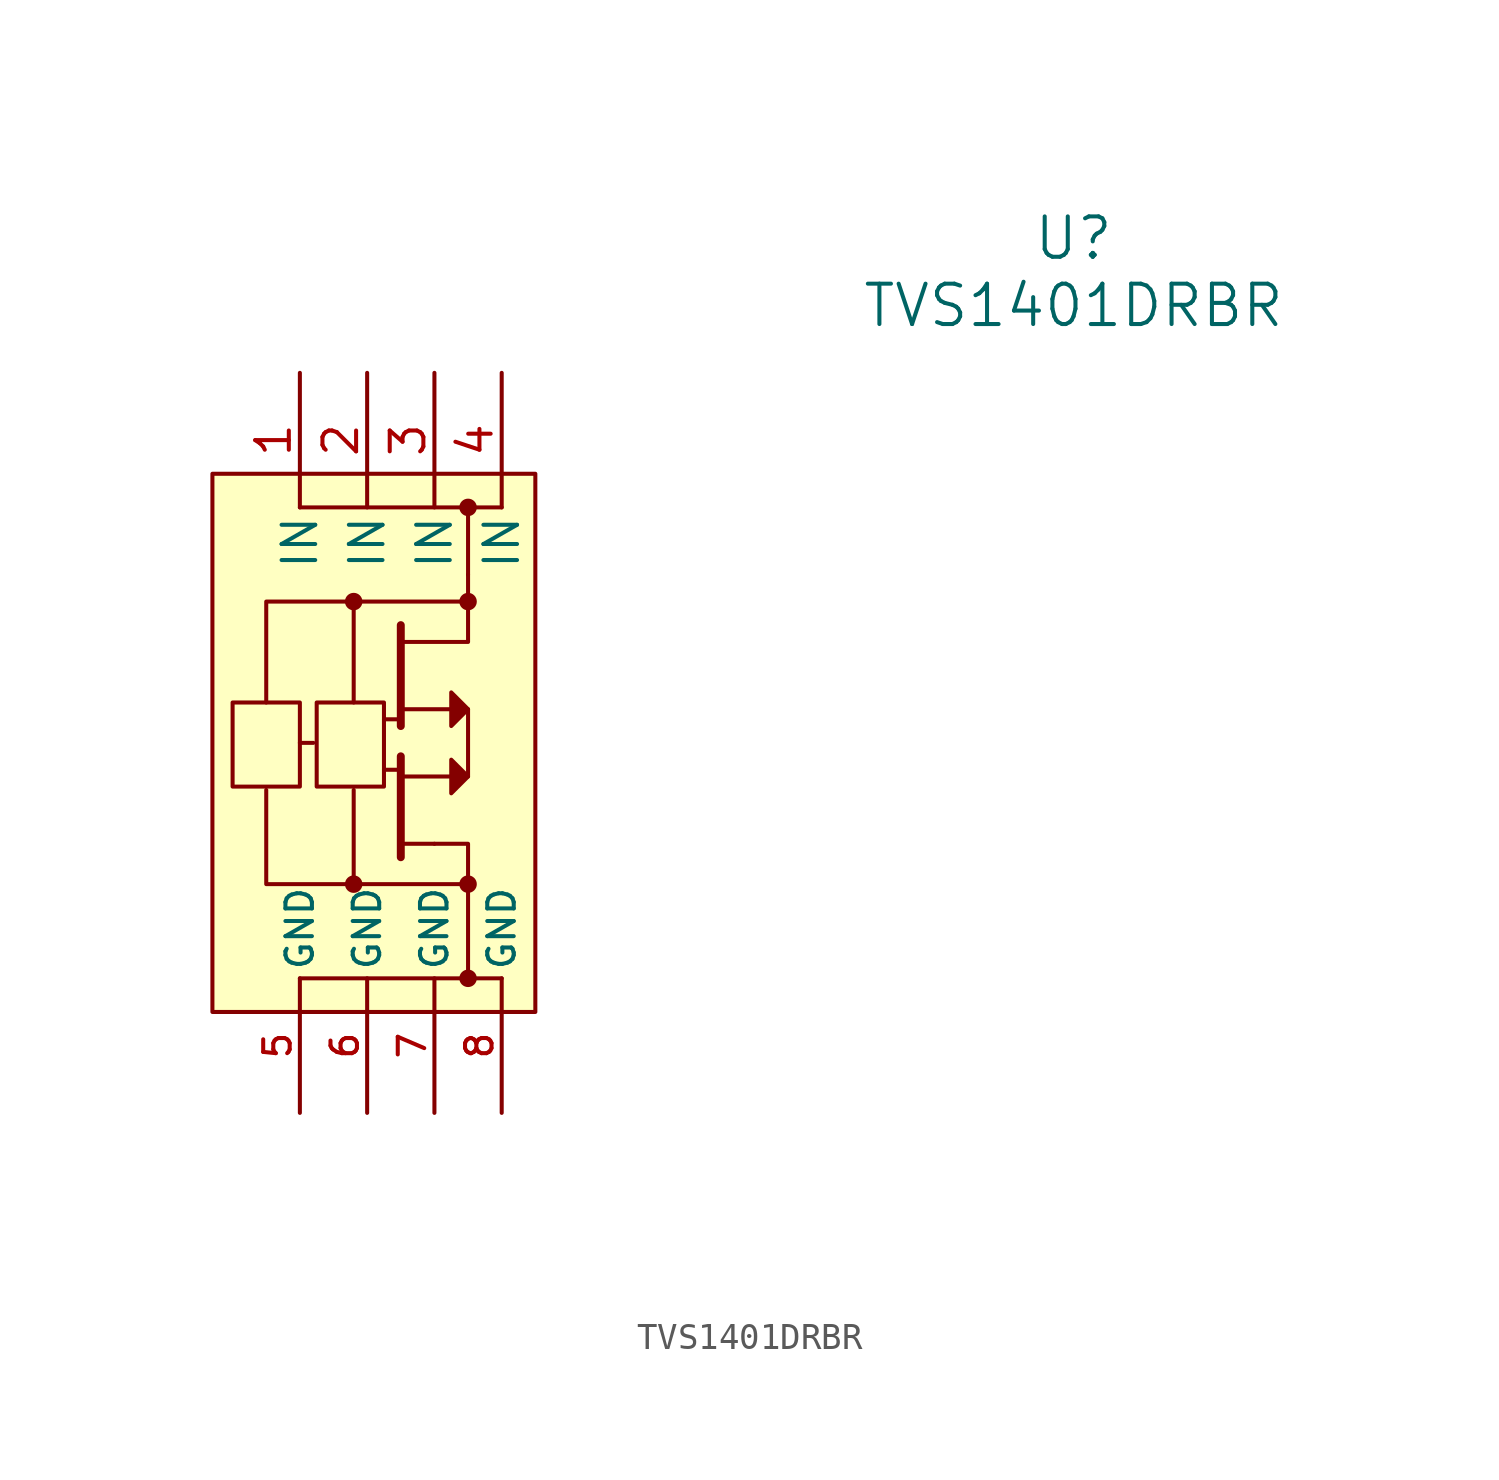
<source format=kicad_sym>
(kicad_symbol_lib
  (version 20231120)
  (generator "kicad_symbol_editor")
  (generator_version "8.0")
  (symbol "TVS1401DRBR"
    (pin_names
      (offset 0.254))
    (property "Reference" "U"
      (at 25.4 10.16 0)
      (effects (font (size 1.524 1.524))))
    (property "Value" "TVS1401DRBR"
      (at 25.4 7.62 0)
      (effects (font (size 1.524 1.524))))
    (symbol "TVS1401DRBR_0_1"
      (polyline (pts (xy 1.27 -12.7) (xy 0 -12.7)) (stroke (width 0) (type default)) (fill (type none)))
      (polyline (pts (xy 2.54 -2.54) (xy 2.54 0)) (stroke (width 0) (type default)) (fill (type none)))
      (polyline (pts (xy 2.54 0) (xy 2.54 0)) (stroke (width 0) (type default)) (fill (type none)))
      (polyline (pts (xy 0 -5.08) (xy 2.54 -5.08) (xy 2.54 -2.54)) (stroke (width 0) (type default)) (fill (type none)))
      (polyline (pts (xy 0 -10.16) (xy 2.54 -10.16) (xy 2.54 -7.62) (xy 0 -7.62)) (stroke (width 0) (type default)) (fill (type none)))
      (polyline (pts (xy 2.54 -17.78) (xy 2.54 -13.97) (xy 2.54 -12.7) (xy 1.27 -12.7)) (stroke (width 0) (type default)) (fill (type none))))
    (symbol "TVS1401DRBR_1_1"
      (rectangle (start -7.112 1.27) (end 5.08 -19.05) (stroke (width 0) (type default)) (fill (type background)))
      (rectangle (start -6.35 -7.366) (end -3.81 -10.541) (stroke (width 0) (type default)) (fill (type none)))
      (rectangle (start -3.175 -7.366) (end -0.635 -10.541) (stroke (width 0) (type default)) (fill (type none)))
      (circle (center -1.778 -14.224) (radius 0.254) (stroke (width 0) (type default)) (fill (type outline)))
      (circle (center -1.778 -3.556) (radius 0.254) (stroke (width 0) (type default)) (fill (type outline)))
      (polyline (pts (xy -3.302 -8.89) (xy -3.81 -8.89)) (stroke (width 0) (type default)) (fill (type none)))
      (polyline (pts (xy -1.778 -10.668) (xy -1.778 -14.224)) (stroke (width 0) (type default)) (fill (type none)))
      (polyline (pts (xy -1.778 -3.556) (xy -1.778 -7.366)) (stroke (width 0) (type default)) (fill (type none)))
      (polyline (pts (xy -0.635 -9.906) (xy 0 -9.906)) (stroke (width 0) (type default)) (fill (type none)))
      (polyline (pts (xy -0.635 -8.001) (xy 0 -8.001)) (stroke (width 0) (type default)) (fill (type none)))
      (polyline (pts (xy 0 -9.398) (xy 0 -13.208)) (stroke (width 0.3) (type default)) (fill (type none)))
      (polyline (pts (xy 0 -4.445) (xy 0 -8.255)) (stroke (width 0.3) (type default)) (fill (type none)))
      (polyline (pts (xy 3.81 -17.78) (xy -3.81 -17.78)) (stroke (width 0) (type default)) (fill (type none)))
      (polyline (pts (xy 3.81 0) (xy -3.81 0)) (stroke (width 0) (type default)) (fill (type none)))
      (polyline (pts (xy -5.08 -10.668) (xy -5.08 -14.224) (xy 2.54 -14.224)) (stroke (width 0) (type default)) (fill (type none)))
      (polyline (pts (xy 2.54 -3.556) (xy -5.08 -3.556) (xy -5.08 -7.366)) (stroke (width 0) (type default)) (fill (type none)))
      (polyline (pts (xy 2.54 -10.16) (xy 1.905 -9.525) (xy 1.905 -10.795) (xy 2.54 -10.16)) (stroke (width 0) (type default)) (fill (type outline)))
      (polyline (pts (xy 2.54 -7.62) (xy 1.905 -6.985) (xy 1.905 -8.255) (xy 2.54 -7.62)) (stroke (width 0) (type default)) (fill (type outline)))
      (circle (center 2.54 -17.78) (radius 0.254) (stroke (width 0) (type default)) (fill (type outline)))
      (circle (center 2.54 -14.224) (radius 0.254) (stroke (width 0) (type default)) (fill (type outline)))
      (circle (center 2.54 -3.556) (radius 0.254) (stroke (width 0) (type default)) (fill (type outline)))
      (circle (center 2.54 0) (radius 0.254) (stroke (width 0) (type default)) (fill (type outline)))
      (pin input line (at -3.81 5.08 270) (length 5.08) (name "IN" (effects (font (size 1.27 1.27)))) (number "1" (effects (font (size 1.27 1.27)))))
      (pin input line (at -1.27 5.08 270) (length 5.08) (name "IN" (effects (font (size 1.27 1.27)))) (number "2" (effects (font (size 1.27 1.27)))))
      (pin input line (at 1.27 5.08 270) (length 5.08) (name "IN" (effects (font (size 1.27 1.27)))) (number "3" (effects (font (size 1.27 1.27)))))
      (pin input line (at 3.81 5.08 270) (length 5.08) (name "IN" (effects (font (size 1.27 1.27)))) (number "4" (effects (font (size 1.27 1.27)))))
      (pin power_out line (at -3.81 -22.86 90) (length 5.08) (name "GND" (effects (font (size 1 1)))) (number "5" (effects (font (size 1 1)))))
      (pin power_out line (at -1.27 -22.86 90) (length 5.08) (name "GND" (effects (font (size 1 1)))) (number "6" (effects (font (size 1 1)))))
      (pin power_out line (at 1.27 -22.86 90) (length 5.08) (name "GND" (effects (font (size 1 1)))) (number "7" (effects (font (size 1 1)))))
      (pin power_out line (at 3.81 -22.86 90) (length 5.08) (name "GND" (effects (font (size 1 1)))) (number "8" (effects (font (size 1 1)))))
      (pin no_connect line (at 5.08 -26.67 180) (length 5.08) hide (name "EPAD/FLOAT" (effects (font (size 1.27 1.27)))) (number "9" (effects (font (size 1.27 1.27))))))))
</source>
